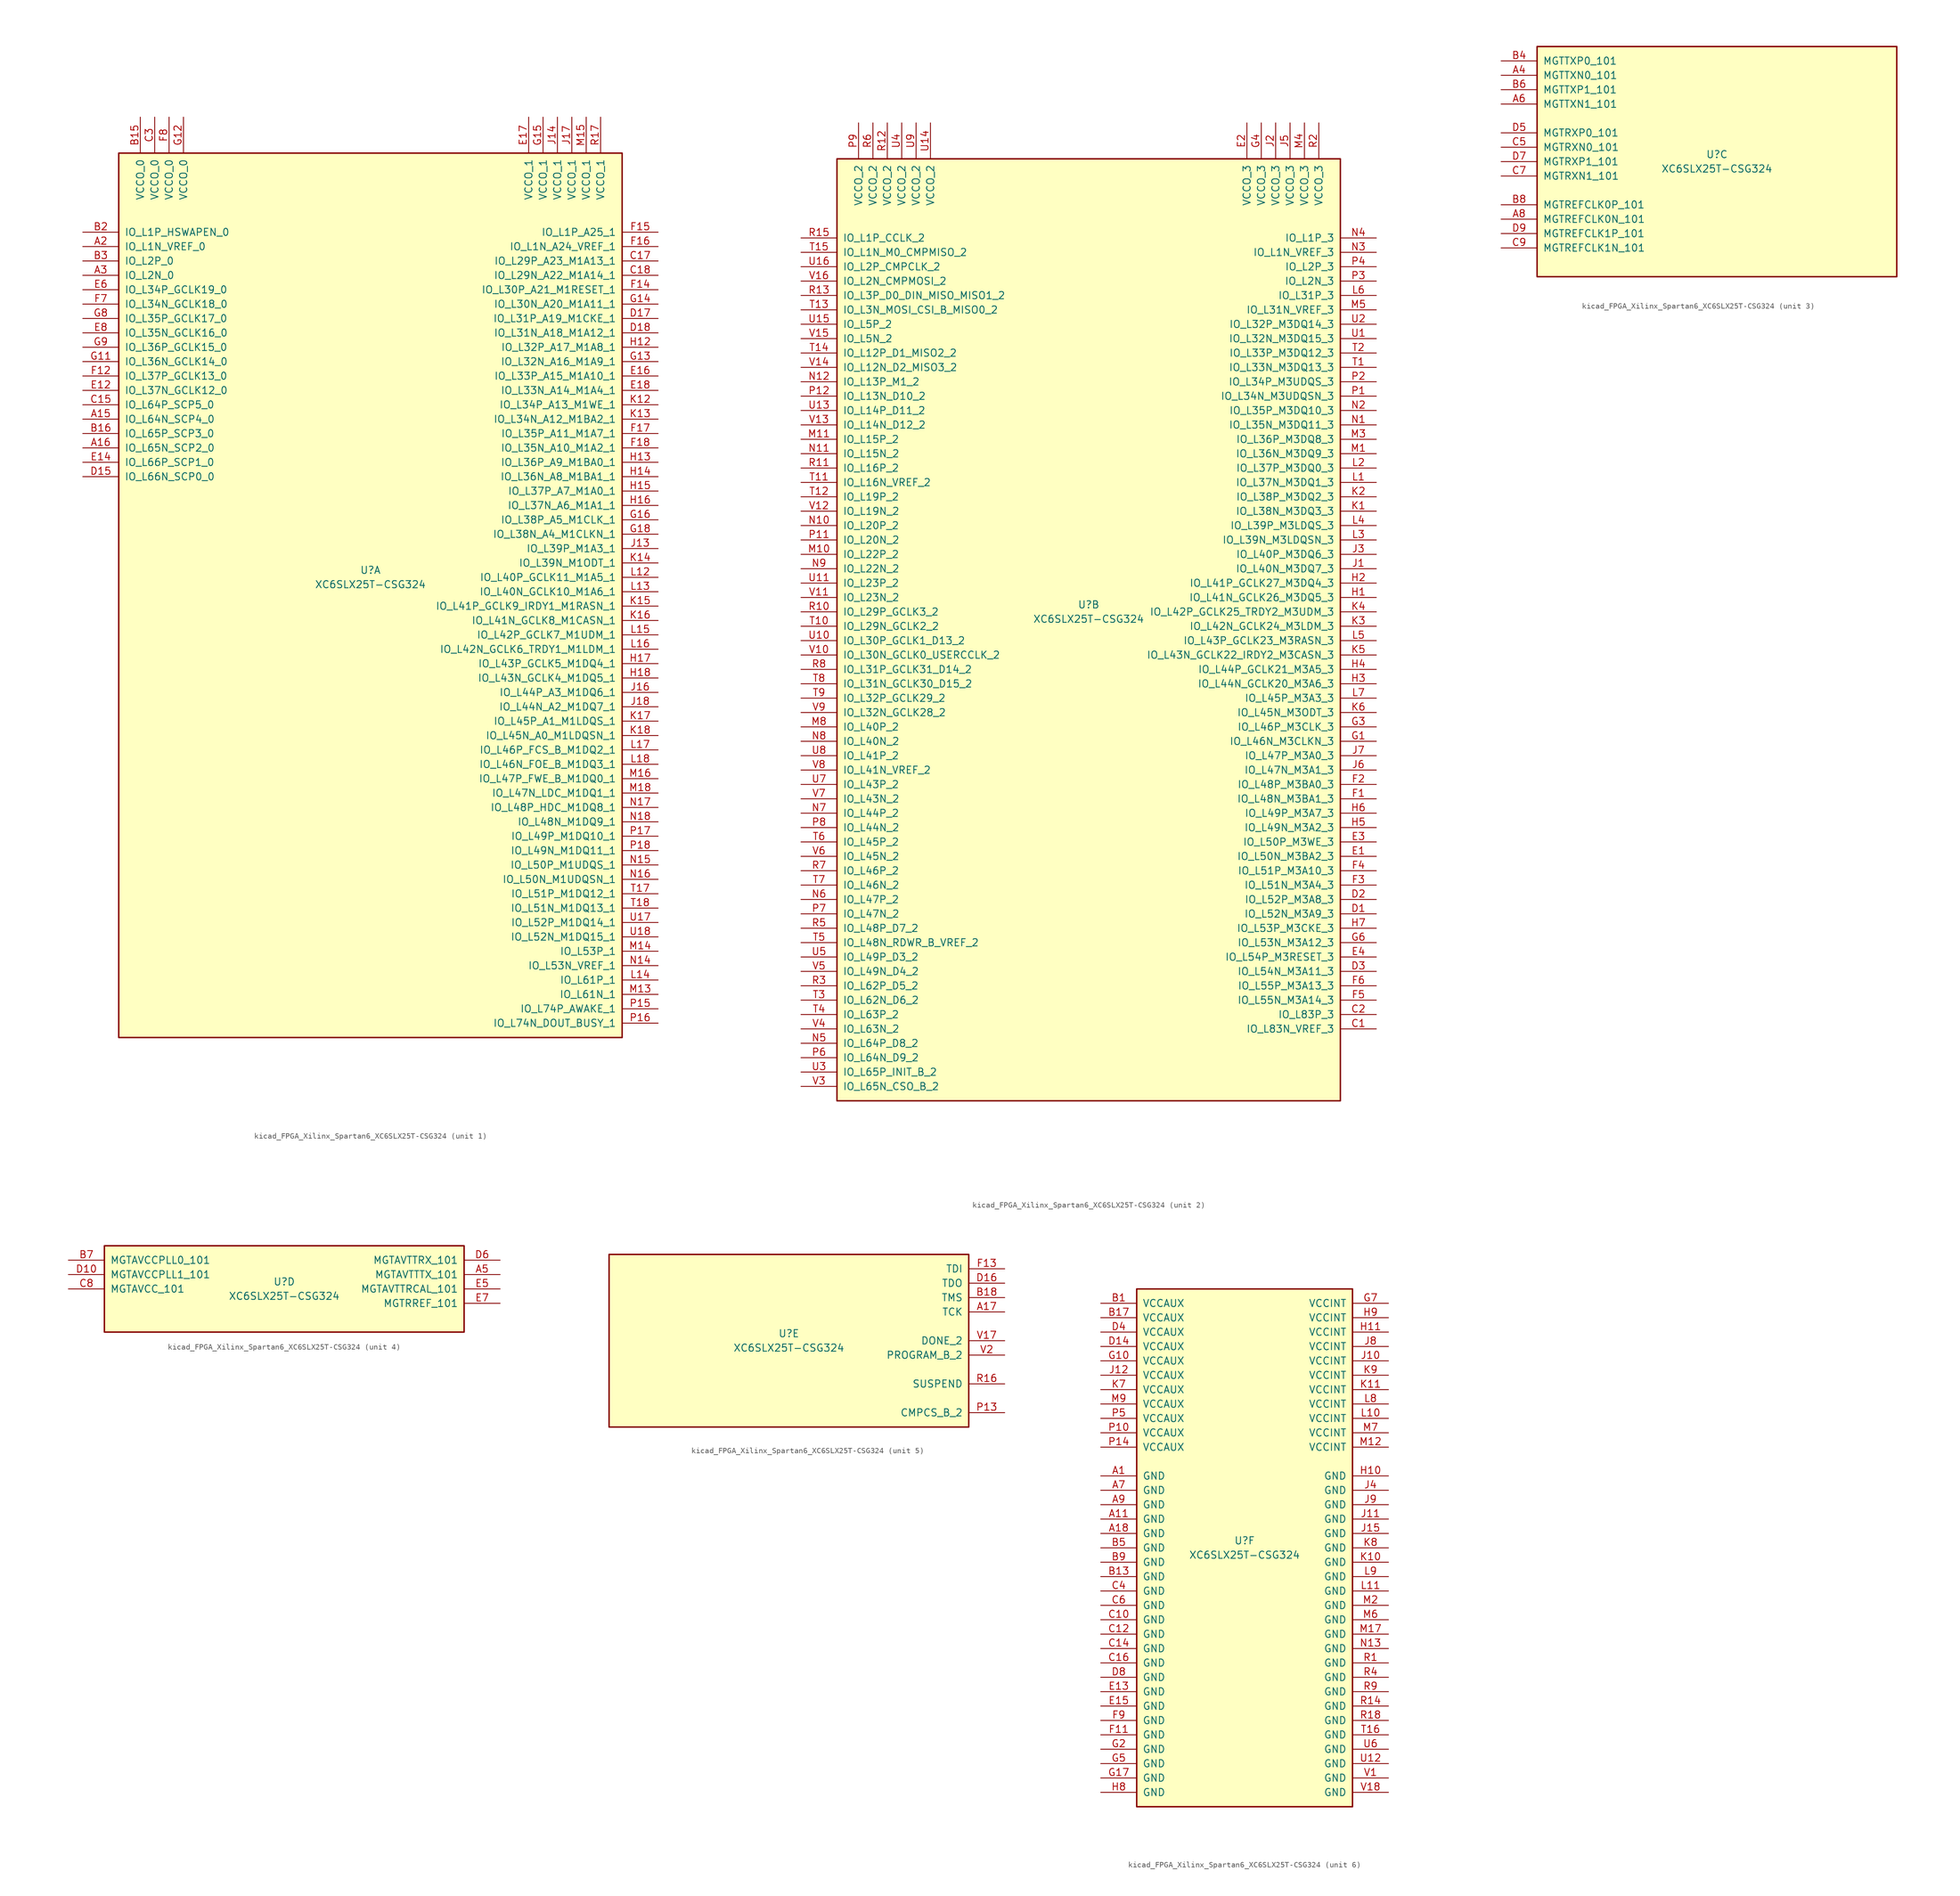
<source format=kicad_sym>
(kicad_symbol_lib
  (version 20220914)
  (generator kicad_symbol_editor)
  (symbol "kicad_FPGA_Xilinx_Spartan6_XC6SLX25T-CSG324"
    (pin_names
      (offset 1.016))
    (property "Reference" "U"
      (at 0 1.27 0)
      (effects (font (size 1.27 1.27))))
    (property "Value" "XC6SLX25T-CSG324"
      (at 0 -1.27 0)
      (effects (font (size 1.27 1.27))))
    (property "Datasheet" ""
      (at 0 0 0)
      (effects (font (size 1.27 1.27))))
    (property "ki_locked" ""
      (at 0 0 0)
      (effects (font (size 1.27 1.27))))
    (symbol "kicad_FPGA_Xilinx_Spartan6_XC6SLX25T-CSG324_1_1"
      (rectangle (start -44.45 74.93) (end 44.45 -81.28) (stroke (width 0.254) (type default)) (fill (type background)))
      (pin bidirectional line (at -50.8 27.94 0) (length 6.35) (name "IO_L64N_SCP4_0" (effects (font (size 1.27 1.27)))) (number "A15" (effects (font (size 1.27 1.27)))))
      (pin bidirectional line (at -50.8 22.86 0) (length 6.35) (name "IO_L65N_SCP2_0" (effects (font (size 1.27 1.27)))) (number "A16" (effects (font (size 1.27 1.27)))))
      (pin bidirectional line (at -50.8 58.42 0) (length 6.35) (name "IO_L1N_VREF_0" (effects (font (size 1.27 1.27)))) (number "A2" (effects (font (size 1.27 1.27)))))
      (pin bidirectional line (at -50.8 53.34 0) (length 6.35) (name "IO_L2N_0" (effects (font (size 1.27 1.27)))) (number "A3" (effects (font (size 1.27 1.27)))))
      (pin power_in line (at -40.64 81.28 270) (length 6.35) (name "VCCO_0" (effects (font (size 1.27 1.27)))) (number "B15" (effects (font (size 1.27 1.27)))))
      (pin bidirectional line (at -50.8 25.4 0) (length 6.35) (name "IO_L65P_SCP3_0" (effects (font (size 1.27 1.27)))) (number "B16" (effects (font (size 1.27 1.27)))))
      (pin bidirectional line (at -50.8 60.96 0) (length 6.35) (name "IO_L1P_HSWAPEN_0" (effects (font (size 1.27 1.27)))) (number "B2" (effects (font (size 1.27 1.27)))))
      (pin bidirectional line (at -50.8 55.88 0) (length 6.35) (name "IO_L2P_0" (effects (font (size 1.27 1.27)))) (number "B3" (effects (font (size 1.27 1.27)))))
      (pin bidirectional line (at -50.8 30.48 0) (length 6.35) (name "IO_L64P_SCP5_0" (effects (font (size 1.27 1.27)))) (number "C15" (effects (font (size 1.27 1.27)))))
      (pin bidirectional line (at 50.8 55.88 180) (length 6.35) (name "IO_L29P_A23_M1A13_1" (effects (font (size 1.27 1.27)))) (number "C17" (effects (font (size 1.27 1.27)))))
      (pin bidirectional line (at 50.8 53.34 180) (length 6.35) (name "IO_L29N_A22_M1A14_1" (effects (font (size 1.27 1.27)))) (number "C18" (effects (font (size 1.27 1.27)))))
      (pin power_in line (at -38.1 81.28 270) (length 6.35) (name "VCCO_0" (effects (font (size 1.27 1.27)))) (number "C3" (effects (font (size 1.27 1.27)))))
      (pin bidirectional line (at -50.8 17.78 0) (length 6.35) (name "IO_L66N_SCP0_0" (effects (font (size 1.27 1.27)))) (number "D15" (effects (font (size 1.27 1.27)))))
      (pin bidirectional line (at 50.8 45.72 180) (length 6.35) (name "IO_L31P_A19_M1CKE_1" (effects (font (size 1.27 1.27)))) (number "D17" (effects (font (size 1.27 1.27)))))
      (pin bidirectional line (at 50.8 43.18 180) (length 6.35) (name "IO_L31N_A18_M1A12_1" (effects (font (size 1.27 1.27)))) (number "D18" (effects (font (size 1.27 1.27)))))
      (pin bidirectional line (at -50.8 33.02 0) (length 6.35) (name "IO_L37N_GCLK12_0" (effects (font (size 1.27 1.27)))) (number "E12" (effects (font (size 1.27 1.27)))))
      (pin bidirectional line (at -50.8 20.32 0) (length 6.35) (name "IO_L66P_SCP1_0" (effects (font (size 1.27 1.27)))) (number "E14" (effects (font (size 1.27 1.27)))))
      (pin bidirectional line (at 50.8 35.56 180) (length 6.35) (name "IO_L33P_A15_M1A10_1" (effects (font (size 1.27 1.27)))) (number "E16" (effects (font (size 1.27 1.27)))))
      (pin power_in line (at 27.94 81.28 270) (length 6.35) (name "VCCO_1" (effects (font (size 1.27 1.27)))) (number "E17" (effects (font (size 1.27 1.27)))))
      (pin bidirectional line (at 50.8 33.02 180) (length 6.35) (name "IO_L33N_A14_M1A4_1" (effects (font (size 1.27 1.27)))) (number "E18" (effects (font (size 1.27 1.27)))))
      (pin bidirectional line (at -50.8 50.8 0) (length 6.35) (name "IO_L34P_GCLK19_0" (effects (font (size 1.27 1.27)))) (number "E6" (effects (font (size 1.27 1.27)))))
      (pin bidirectional line (at -50.8 43.18 0) (length 6.35) (name "IO_L35N_GCLK16_0" (effects (font (size 1.27 1.27)))) (number "E8" (effects (font (size 1.27 1.27)))))
      (pin bidirectional line (at -50.8 35.56 0) (length 6.35) (name "IO_L37P_GCLK13_0" (effects (font (size 1.27 1.27)))) (number "F12" (effects (font (size 1.27 1.27)))))
      (pin bidirectional line (at 50.8 50.8 180) (length 6.35) (name "IO_L30P_A21_M1RESET_1" (effects (font (size 1.27 1.27)))) (number "F14" (effects (font (size 1.27 1.27)))))
      (pin bidirectional line (at 50.8 60.96 180) (length 6.35) (name "IO_L1P_A25_1" (effects (font (size 1.27 1.27)))) (number "F15" (effects (font (size 1.27 1.27)))))
      (pin bidirectional line (at 50.8 58.42 180) (length 6.35) (name "IO_L1N_A24_VREF_1" (effects (font (size 1.27 1.27)))) (number "F16" (effects (font (size 1.27 1.27)))))
      (pin bidirectional line (at 50.8 25.4 180) (length 6.35) (name "IO_L35P_A11_M1A7_1" (effects (font (size 1.27 1.27)))) (number "F17" (effects (font (size 1.27 1.27)))))
      (pin bidirectional line (at 50.8 22.86 180) (length 6.35) (name "IO_L35N_A10_M1A2_1" (effects (font (size 1.27 1.27)))) (number "F18" (effects (font (size 1.27 1.27)))))
      (pin bidirectional line (at -50.8 48.26 0) (length 6.35) (name "IO_L34N_GCLK18_0" (effects (font (size 1.27 1.27)))) (number "F7" (effects (font (size 1.27 1.27)))))
      (pin power_in line (at -35.56 81.28 270) (length 6.35) (name "VCCO_0" (effects (font (size 1.27 1.27)))) (number "F8" (effects (font (size 1.27 1.27)))))
      (pin bidirectional line (at -50.8 38.1 0) (length 6.35) (name "IO_L36N_GCLK14_0" (effects (font (size 1.27 1.27)))) (number "G11" (effects (font (size 1.27 1.27)))))
      (pin power_in line (at -33.02 81.28 270) (length 6.35) (name "VCCO_0" (effects (font (size 1.27 1.27)))) (number "G12" (effects (font (size 1.27 1.27)))))
      (pin bidirectional line (at 50.8 38.1 180) (length 6.35) (name "IO_L32N_A16_M1A9_1" (effects (font (size 1.27 1.27)))) (number "G13" (effects (font (size 1.27 1.27)))))
      (pin bidirectional line (at 50.8 48.26 180) (length 6.35) (name "IO_L30N_A20_M1A11_1" (effects (font (size 1.27 1.27)))) (number "G14" (effects (font (size 1.27 1.27)))))
      (pin power_in line (at 30.48 81.28 270) (length 6.35) (name "VCCO_1" (effects (font (size 1.27 1.27)))) (number "G15" (effects (font (size 1.27 1.27)))))
      (pin bidirectional line (at 50.8 10.16 180) (length 6.35) (name "IO_L38P_A5_M1CLK_1" (effects (font (size 1.27 1.27)))) (number "G16" (effects (font (size 1.27 1.27)))))
      (pin bidirectional line (at 50.8 7.62 180) (length 6.35) (name "IO_L38N_A4_M1CLKN_1" (effects (font (size 1.27 1.27)))) (number "G18" (effects (font (size 1.27 1.27)))))
      (pin bidirectional line (at -50.8 45.72 0) (length 6.35) (name "IO_L35P_GCLK17_0" (effects (font (size 1.27 1.27)))) (number "G8" (effects (font (size 1.27 1.27)))))
      (pin bidirectional line (at -50.8 40.64 0) (length 6.35) (name "IO_L36P_GCLK15_0" (effects (font (size 1.27 1.27)))) (number "G9" (effects (font (size 1.27 1.27)))))
      (pin bidirectional line (at 50.8 40.64 180) (length 6.35) (name "IO_L32P_A17_M1A8_1" (effects (font (size 1.27 1.27)))) (number "H12" (effects (font (size 1.27 1.27)))))
      (pin bidirectional line (at 50.8 20.32 180) (length 6.35) (name "IO_L36P_A9_M1BA0_1" (effects (font (size 1.27 1.27)))) (number "H13" (effects (font (size 1.27 1.27)))))
      (pin bidirectional line (at 50.8 17.78 180) (length 6.35) (name "IO_L36N_A8_M1BA1_1" (effects (font (size 1.27 1.27)))) (number "H14" (effects (font (size 1.27 1.27)))))
      (pin bidirectional line (at 50.8 15.24 180) (length 6.35) (name "IO_L37P_A7_M1A0_1" (effects (font (size 1.27 1.27)))) (number "H15" (effects (font (size 1.27 1.27)))))
      (pin bidirectional line (at 50.8 12.7 180) (length 6.35) (name "IO_L37N_A6_M1A1_1" (effects (font (size 1.27 1.27)))) (number "H16" (effects (font (size 1.27 1.27)))))
      (pin bidirectional line (at 50.8 -15.24 180) (length 6.35) (name "IO_L43P_GCLK5_M1DQ4_1" (effects (font (size 1.27 1.27)))) (number "H17" (effects (font (size 1.27 1.27)))))
      (pin bidirectional line (at 50.8 -17.78 180) (length 6.35) (name "IO_L43N_GCLK4_M1DQ5_1" (effects (font (size 1.27 1.27)))) (number "H18" (effects (font (size 1.27 1.27)))))
      (pin bidirectional line (at 50.8 5.08 180) (length 6.35) (name "IO_L39P_M1A3_1" (effects (font (size 1.27 1.27)))) (number "J13" (effects (font (size 1.27 1.27)))))
      (pin power_in line (at 33.02 81.28 270) (length 6.35) (name "VCCO_1" (effects (font (size 1.27 1.27)))) (number "J14" (effects (font (size 1.27 1.27)))))
      (pin bidirectional line (at 50.8 -20.32 180) (length 6.35) (name "IO_L44P_A3_M1DQ6_1" (effects (font (size 1.27 1.27)))) (number "J16" (effects (font (size 1.27 1.27)))))
      (pin power_in line (at 35.56 81.28 270) (length 6.35) (name "VCCO_1" (effects (font (size 1.27 1.27)))) (number "J17" (effects (font (size 1.27 1.27)))))
      (pin bidirectional line (at 50.8 -22.86 180) (length 6.35) (name "IO_L44N_A2_M1DQ7_1" (effects (font (size 1.27 1.27)))) (number "J18" (effects (font (size 1.27 1.27)))))
      (pin bidirectional line (at 50.8 30.48 180) (length 6.35) (name "IO_L34P_A13_M1WE_1" (effects (font (size 1.27 1.27)))) (number "K12" (effects (font (size 1.27 1.27)))))
      (pin bidirectional line (at 50.8 27.94 180) (length 6.35) (name "IO_L34N_A12_M1BA2_1" (effects (font (size 1.27 1.27)))) (number "K13" (effects (font (size 1.27 1.27)))))
      (pin bidirectional line (at 50.8 2.54 180) (length 6.35) (name "IO_L39N_M1ODT_1" (effects (font (size 1.27 1.27)))) (number "K14" (effects (font (size 1.27 1.27)))))
      (pin bidirectional line (at 50.8 -5.08 180) (length 6.35) (name "IO_L41P_GCLK9_IRDY1_M1RASN_1" (effects (font (size 1.27 1.27)))) (number "K15" (effects (font (size 1.27 1.27)))))
      (pin bidirectional line (at 50.8 -7.62 180) (length 6.35) (name "IO_L41N_GCLK8_M1CASN_1" (effects (font (size 1.27 1.27)))) (number "K16" (effects (font (size 1.27 1.27)))))
      (pin bidirectional line (at 50.8 -25.4 180) (length 6.35) (name "IO_L45P_A1_M1LDQS_1" (effects (font (size 1.27 1.27)))) (number "K17" (effects (font (size 1.27 1.27)))))
      (pin bidirectional line (at 50.8 -27.94 180) (length 6.35) (name "IO_L45N_A0_M1LDQSN_1" (effects (font (size 1.27 1.27)))) (number "K18" (effects (font (size 1.27 1.27)))))
      (pin bidirectional line (at 50.8 0 180) (length 6.35) (name "IO_L40P_GCLK11_M1A5_1" (effects (font (size 1.27 1.27)))) (number "L12" (effects (font (size 1.27 1.27)))))
      (pin bidirectional line (at 50.8 -2.54 180) (length 6.35) (name "IO_L40N_GCLK10_M1A6_1" (effects (font (size 1.27 1.27)))) (number "L13" (effects (font (size 1.27 1.27)))))
      (pin bidirectional line (at 50.8 -71.12 180) (length 6.35) (name "IO_L61P_1" (effects (font (size 1.27 1.27)))) (number "L14" (effects (font (size 1.27 1.27)))))
      (pin bidirectional line (at 50.8 -10.16 180) (length 6.35) (name "IO_L42P_GCLK7_M1UDM_1" (effects (font (size 1.27 1.27)))) (number "L15" (effects (font (size 1.27 1.27)))))
      (pin bidirectional line (at 50.8 -12.7 180) (length 6.35) (name "IO_L42N_GCLK6_TRDY1_M1LDM_1" (effects (font (size 1.27 1.27)))) (number "L16" (effects (font (size 1.27 1.27)))))
      (pin bidirectional line (at 50.8 -30.48 180) (length 6.35) (name "IO_L46P_FCS_B_M1DQ2_1" (effects (font (size 1.27 1.27)))) (number "L17" (effects (font (size 1.27 1.27)))))
      (pin bidirectional line (at 50.8 -33.02 180) (length 6.35) (name "IO_L46N_FOE_B_M1DQ3_1" (effects (font (size 1.27 1.27)))) (number "L18" (effects (font (size 1.27 1.27)))))
      (pin bidirectional line (at 50.8 -73.66 180) (length 6.35) (name "IO_L61N_1" (effects (font (size 1.27 1.27)))) (number "M13" (effects (font (size 1.27 1.27)))))
      (pin bidirectional line (at 50.8 -66.04 180) (length 6.35) (name "IO_L53P_1" (effects (font (size 1.27 1.27)))) (number "M14" (effects (font (size 1.27 1.27)))))
      (pin power_in line (at 38.1 81.28 270) (length 6.35) (name "VCCO_1" (effects (font (size 1.27 1.27)))) (number "M15" (effects (font (size 1.27 1.27)))))
      (pin bidirectional line (at 50.8 -35.56 180) (length 6.35) (name "IO_L47P_FWE_B_M1DQ0_1" (effects (font (size 1.27 1.27)))) (number "M16" (effects (font (size 1.27 1.27)))))
      (pin bidirectional line (at 50.8 -38.1 180) (length 6.35) (name "IO_L47N_LDC_M1DQ1_1" (effects (font (size 1.27 1.27)))) (number "M18" (effects (font (size 1.27 1.27)))))
      (pin bidirectional line (at 50.8 -68.58 180) (length 6.35) (name "IO_L53N_VREF_1" (effects (font (size 1.27 1.27)))) (number "N14" (effects (font (size 1.27 1.27)))))
      (pin bidirectional line (at 50.8 -50.8 180) (length 6.35) (name "IO_L50P_M1UDQS_1" (effects (font (size 1.27 1.27)))) (number "N15" (effects (font (size 1.27 1.27)))))
      (pin bidirectional line (at 50.8 -53.34 180) (length 6.35) (name "IO_L50N_M1UDQSN_1" (effects (font (size 1.27 1.27)))) (number "N16" (effects (font (size 1.27 1.27)))))
      (pin bidirectional line (at 50.8 -40.64 180) (length 6.35) (name "IO_L48P_HDC_M1DQ8_1" (effects (font (size 1.27 1.27)))) (number "N17" (effects (font (size 1.27 1.27)))))
      (pin bidirectional line (at 50.8 -43.18 180) (length 6.35) (name "IO_L48N_M1DQ9_1" (effects (font (size 1.27 1.27)))) (number "N18" (effects (font (size 1.27 1.27)))))
      (pin bidirectional line (at 50.8 -76.2 180) (length 6.35) (name "IO_L74P_AWAKE_1" (effects (font (size 1.27 1.27)))) (number "P15" (effects (font (size 1.27 1.27)))))
      (pin bidirectional line (at 50.8 -78.74 180) (length 6.35) (name "IO_L74N_DOUT_BUSY_1" (effects (font (size 1.27 1.27)))) (number "P16" (effects (font (size 1.27 1.27)))))
      (pin bidirectional line (at 50.8 -45.72 180) (length 6.35) (name "IO_L49P_M1DQ10_1" (effects (font (size 1.27 1.27)))) (number "P17" (effects (font (size 1.27 1.27)))))
      (pin bidirectional line (at 50.8 -48.26 180) (length 6.35) (name "IO_L49N_M1DQ11_1" (effects (font (size 1.27 1.27)))) (number "P18" (effects (font (size 1.27 1.27)))))
      (pin power_in line (at 40.64 81.28 270) (length 6.35) (name "VCCO_1" (effects (font (size 1.27 1.27)))) (number "R17" (effects (font (size 1.27 1.27)))))
      (pin bidirectional line (at 50.8 -55.88 180) (length 6.35) (name "IO_L51P_M1DQ12_1" (effects (font (size 1.27 1.27)))) (number "T17" (effects (font (size 1.27 1.27)))))
      (pin bidirectional line (at 50.8 -58.42 180) (length 6.35) (name "IO_L51N_M1DQ13_1" (effects (font (size 1.27 1.27)))) (number "T18" (effects (font (size 1.27 1.27)))))
      (pin bidirectional line (at 50.8 -60.96 180) (length 6.35) (name "IO_L52P_M1DQ14_1" (effects (font (size 1.27 1.27)))) (number "U17" (effects (font (size 1.27 1.27)))))
      (pin bidirectional line (at 50.8 -63.5 180) (length 6.35) (name "IO_L52N_M1DQ15_1" (effects (font (size 1.27 1.27)))) (number "U18" (effects (font (size 1.27 1.27))))))
    (symbol "kicad_FPGA_Xilinx_Spartan6_XC6SLX25T-CSG324_2_1"
      (rectangle (start -44.45 80.01) (end 44.45 -86.36) (stroke (width 0.254) (type default)) (fill (type background)))
      (pin bidirectional line (at 50.8 -73.66 180) (length 6.35) (name "IO_L83N_VREF_3" (effects (font (size 1.27 1.27)))) (number "C1" (effects (font (size 1.27 1.27)))))
      (pin bidirectional line (at 50.8 -71.12 180) (length 6.35) (name "IO_L83P_3" (effects (font (size 1.27 1.27)))) (number "C2" (effects (font (size 1.27 1.27)))))
      (pin bidirectional line (at 50.8 -53.34 180) (length 6.35) (name "IO_L52N_M3A9_3" (effects (font (size 1.27 1.27)))) (number "D1" (effects (font (size 1.27 1.27)))))
      (pin bidirectional line (at 50.8 -50.8 180) (length 6.35) (name "IO_L52P_M3A8_3" (effects (font (size 1.27 1.27)))) (number "D2" (effects (font (size 1.27 1.27)))))
      (pin bidirectional line (at 50.8 -63.5 180) (length 6.35) (name "IO_L54N_M3A11_3" (effects (font (size 1.27 1.27)))) (number "D3" (effects (font (size 1.27 1.27)))))
      (pin bidirectional line (at 50.8 -43.18 180) (length 6.35) (name "IO_L50N_M3BA2_3" (effects (font (size 1.27 1.27)))) (number "E1" (effects (font (size 1.27 1.27)))))
      (pin power_in line (at 27.94 86.36 270) (length 6.35) (name "VCCO_3" (effects (font (size 1.27 1.27)))) (number "E2" (effects (font (size 1.27 1.27)))))
      (pin bidirectional line (at 50.8 -40.64 180) (length 6.35) (name "IO_L50P_M3WE_3" (effects (font (size 1.27 1.27)))) (number "E3" (effects (font (size 1.27 1.27)))))
      (pin bidirectional line (at 50.8 -60.96 180) (length 6.35) (name "IO_L54P_M3RESET_3" (effects (font (size 1.27 1.27)))) (number "E4" (effects (font (size 1.27 1.27)))))
      (pin bidirectional line (at 50.8 -33.02 180) (length 6.35) (name "IO_L48N_M3BA1_3" (effects (font (size 1.27 1.27)))) (number "F1" (effects (font (size 1.27 1.27)))))
      (pin bidirectional line (at 50.8 -30.48 180) (length 6.35) (name "IO_L48P_M3BA0_3" (effects (font (size 1.27 1.27)))) (number "F2" (effects (font (size 1.27 1.27)))))
      (pin bidirectional line (at 50.8 -48.26 180) (length 6.35) (name "IO_L51N_M3A4_3" (effects (font (size 1.27 1.27)))) (number "F3" (effects (font (size 1.27 1.27)))))
      (pin bidirectional line (at 50.8 -45.72 180) (length 6.35) (name "IO_L51P_M3A10_3" (effects (font (size 1.27 1.27)))) (number "F4" (effects (font (size 1.27 1.27)))))
      (pin bidirectional line (at 50.8 -68.58 180) (length 6.35) (name "IO_L55N_M3A14_3" (effects (font (size 1.27 1.27)))) (number "F5" (effects (font (size 1.27 1.27)))))
      (pin bidirectional line (at 50.8 -66.04 180) (length 6.35) (name "IO_L55P_M3A13_3" (effects (font (size 1.27 1.27)))) (number "F6" (effects (font (size 1.27 1.27)))))
      (pin bidirectional line (at 50.8 -22.86 180) (length 6.35) (name "IO_L46N_M3CLKN_3" (effects (font (size 1.27 1.27)))) (number "G1" (effects (font (size 1.27 1.27)))))
      (pin bidirectional line (at 50.8 -20.32 180) (length 6.35) (name "IO_L46P_M3CLK_3" (effects (font (size 1.27 1.27)))) (number "G3" (effects (font (size 1.27 1.27)))))
      (pin power_in line (at 30.48 86.36 270) (length 6.35) (name "VCCO_3" (effects (font (size 1.27 1.27)))) (number "G4" (effects (font (size 1.27 1.27)))))
      (pin bidirectional line (at 50.8 -58.42 180) (length 6.35) (name "IO_L53N_M3A12_3" (effects (font (size 1.27 1.27)))) (number "G6" (effects (font (size 1.27 1.27)))))
      (pin bidirectional line (at 50.8 2.54 180) (length 6.35) (name "IO_L41N_GCLK26_M3DQ5_3" (effects (font (size 1.27 1.27)))) (number "H1" (effects (font (size 1.27 1.27)))))
      (pin bidirectional line (at 50.8 5.08 180) (length 6.35) (name "IO_L41P_GCLK27_M3DQ4_3" (effects (font (size 1.27 1.27)))) (number "H2" (effects (font (size 1.27 1.27)))))
      (pin bidirectional line (at 50.8 -12.7 180) (length 6.35) (name "IO_L44N_GCLK20_M3A6_3" (effects (font (size 1.27 1.27)))) (number "H3" (effects (font (size 1.27 1.27)))))
      (pin bidirectional line (at 50.8 -10.16 180) (length 6.35) (name "IO_L44P_GCLK21_M3A5_3" (effects (font (size 1.27 1.27)))) (number "H4" (effects (font (size 1.27 1.27)))))
      (pin bidirectional line (at 50.8 -38.1 180) (length 6.35) (name "IO_L49N_M3A2_3" (effects (font (size 1.27 1.27)))) (number "H5" (effects (font (size 1.27 1.27)))))
      (pin bidirectional line (at 50.8 -35.56 180) (length 6.35) (name "IO_L49P_M3A7_3" (effects (font (size 1.27 1.27)))) (number "H6" (effects (font (size 1.27 1.27)))))
      (pin bidirectional line (at 50.8 -55.88 180) (length 6.35) (name "IO_L53P_M3CKE_3" (effects (font (size 1.27 1.27)))) (number "H7" (effects (font (size 1.27 1.27)))))
      (pin bidirectional line (at 50.8 7.62 180) (length 6.35) (name "IO_L40N_M3DQ7_3" (effects (font (size 1.27 1.27)))) (number "J1" (effects (font (size 1.27 1.27)))))
      (pin power_in line (at 33.02 86.36 270) (length 6.35) (name "VCCO_3" (effects (font (size 1.27 1.27)))) (number "J2" (effects (font (size 1.27 1.27)))))
      (pin bidirectional line (at 50.8 10.16 180) (length 6.35) (name "IO_L40P_M3DQ6_3" (effects (font (size 1.27 1.27)))) (number "J3" (effects (font (size 1.27 1.27)))))
      (pin power_in line (at 35.56 86.36 270) (length 6.35) (name "VCCO_3" (effects (font (size 1.27 1.27)))) (number "J5" (effects (font (size 1.27 1.27)))))
      (pin bidirectional line (at 50.8 -27.94 180) (length 6.35) (name "IO_L47N_M3A1_3" (effects (font (size 1.27 1.27)))) (number "J6" (effects (font (size 1.27 1.27)))))
      (pin bidirectional line (at 50.8 -25.4 180) (length 6.35) (name "IO_L47P_M3A0_3" (effects (font (size 1.27 1.27)))) (number "J7" (effects (font (size 1.27 1.27)))))
      (pin bidirectional line (at 50.8 17.78 180) (length 6.35) (name "IO_L38N_M3DQ3_3" (effects (font (size 1.27 1.27)))) (number "K1" (effects (font (size 1.27 1.27)))))
      (pin bidirectional line (at 50.8 20.32 180) (length 6.35) (name "IO_L38P_M3DQ2_3" (effects (font (size 1.27 1.27)))) (number "K2" (effects (font (size 1.27 1.27)))))
      (pin bidirectional line (at 50.8 -2.54 180) (length 6.35) (name "IO_L42N_GCLK24_M3LDM_3" (effects (font (size 1.27 1.27)))) (number "K3" (effects (font (size 1.27 1.27)))))
      (pin bidirectional line (at 50.8 0 180) (length 6.35) (name "IO_L42P_GCLK25_TRDY2_M3UDM_3" (effects (font (size 1.27 1.27)))) (number "K4" (effects (font (size 1.27 1.27)))))
      (pin bidirectional line (at 50.8 -7.62 180) (length 6.35) (name "IO_L43N_GCLK22_IRDY2_M3CASN_3" (effects (font (size 1.27 1.27)))) (number "K5" (effects (font (size 1.27 1.27)))))
      (pin bidirectional line (at 50.8 -17.78 180) (length 6.35) (name "IO_L45N_M3ODT_3" (effects (font (size 1.27 1.27)))) (number "K6" (effects (font (size 1.27 1.27)))))
      (pin bidirectional line (at 50.8 22.86 180) (length 6.35) (name "IO_L37N_M3DQ1_3" (effects (font (size 1.27 1.27)))) (number "L1" (effects (font (size 1.27 1.27)))))
      (pin bidirectional line (at 50.8 25.4 180) (length 6.35) (name "IO_L37P_M3DQ0_3" (effects (font (size 1.27 1.27)))) (number "L2" (effects (font (size 1.27 1.27)))))
      (pin bidirectional line (at 50.8 12.7 180) (length 6.35) (name "IO_L39N_M3LDQSN_3" (effects (font (size 1.27 1.27)))) (number "L3" (effects (font (size 1.27 1.27)))))
      (pin bidirectional line (at 50.8 15.24 180) (length 6.35) (name "IO_L39P_M3LDQS_3" (effects (font (size 1.27 1.27)))) (number "L4" (effects (font (size 1.27 1.27)))))
      (pin bidirectional line (at 50.8 -5.08 180) (length 6.35) (name "IO_L43P_GCLK23_M3RASN_3" (effects (font (size 1.27 1.27)))) (number "L5" (effects (font (size 1.27 1.27)))))
      (pin bidirectional line (at 50.8 55.88 180) (length 6.35) (name "IO_L31P_3" (effects (font (size 1.27 1.27)))) (number "L6" (effects (font (size 1.27 1.27)))))
      (pin bidirectional line (at 50.8 -15.24 180) (length 6.35) (name "IO_L45P_M3A3_3" (effects (font (size 1.27 1.27)))) (number "L7" (effects (font (size 1.27 1.27)))))
      (pin bidirectional line (at 50.8 27.94 180) (length 6.35) (name "IO_L36N_M3DQ9_3" (effects (font (size 1.27 1.27)))) (number "M1" (effects (font (size 1.27 1.27)))))
      (pin bidirectional line (at -50.8 10.16 0) (length 6.35) (name "IO_L22P_2" (effects (font (size 1.27 1.27)))) (number "M10" (effects (font (size 1.27 1.27)))))
      (pin bidirectional line (at -50.8 30.48 0) (length 6.35) (name "IO_L15P_2" (effects (font (size 1.27 1.27)))) (number "M11" (effects (font (size 1.27 1.27)))))
      (pin bidirectional line (at 50.8 30.48 180) (length 6.35) (name "IO_L36P_M3DQ8_3" (effects (font (size 1.27 1.27)))) (number "M3" (effects (font (size 1.27 1.27)))))
      (pin power_in line (at 38.1 86.36 270) (length 6.35) (name "VCCO_3" (effects (font (size 1.27 1.27)))) (number "M4" (effects (font (size 1.27 1.27)))))
      (pin bidirectional line (at 50.8 53.34 180) (length 6.35) (name "IO_L31N_VREF_3" (effects (font (size 1.27 1.27)))) (number "M5" (effects (font (size 1.27 1.27)))))
      (pin bidirectional line (at -50.8 -20.32 0) (length 6.35) (name "IO_L40P_2" (effects (font (size 1.27 1.27)))) (number "M8" (effects (font (size 1.27 1.27)))))
      (pin bidirectional line (at 50.8 33.02 180) (length 6.35) (name "IO_L35N_M3DQ11_3" (effects (font (size 1.27 1.27)))) (number "N1" (effects (font (size 1.27 1.27)))))
      (pin bidirectional line (at -50.8 15.24 0) (length 6.35) (name "IO_L20P_2" (effects (font (size 1.27 1.27)))) (number "N10" (effects (font (size 1.27 1.27)))))
      (pin bidirectional line (at -50.8 27.94 0) (length 6.35) (name "IO_L15N_2" (effects (font (size 1.27 1.27)))) (number "N11" (effects (font (size 1.27 1.27)))))
      (pin bidirectional line (at -50.8 40.64 0) (length 6.35) (name "IO_L13P_M1_2" (effects (font (size 1.27 1.27)))) (number "N12" (effects (font (size 1.27 1.27)))))
      (pin bidirectional line (at 50.8 35.56 180) (length 6.35) (name "IO_L35P_M3DQ10_3" (effects (font (size 1.27 1.27)))) (number "N2" (effects (font (size 1.27 1.27)))))
      (pin bidirectional line (at 50.8 63.5 180) (length 6.35) (name "IO_L1N_VREF_3" (effects (font (size 1.27 1.27)))) (number "N3" (effects (font (size 1.27 1.27)))))
      (pin bidirectional line (at 50.8 66.04 180) (length 6.35) (name "IO_L1P_3" (effects (font (size 1.27 1.27)))) (number "N4" (effects (font (size 1.27 1.27)))))
      (pin bidirectional line (at -50.8 -76.2 0) (length 6.35) (name "IO_L64P_D8_2" (effects (font (size 1.27 1.27)))) (number "N5" (effects (font (size 1.27 1.27)))))
      (pin bidirectional line (at -50.8 -50.8 0) (length 6.35) (name "IO_L47P_2" (effects (font (size 1.27 1.27)))) (number "N6" (effects (font (size 1.27 1.27)))))
      (pin bidirectional line (at -50.8 -35.56 0) (length 6.35) (name "IO_L44P_2" (effects (font (size 1.27 1.27)))) (number "N7" (effects (font (size 1.27 1.27)))))
      (pin bidirectional line (at -50.8 -22.86 0) (length 6.35) (name "IO_L40N_2" (effects (font (size 1.27 1.27)))) (number "N8" (effects (font (size 1.27 1.27)))))
      (pin bidirectional line (at -50.8 7.62 0) (length 6.35) (name "IO_L22N_2" (effects (font (size 1.27 1.27)))) (number "N9" (effects (font (size 1.27 1.27)))))
      (pin bidirectional line (at 50.8 38.1 180) (length 6.35) (name "IO_L34N_M3UDQSN_3" (effects (font (size 1.27 1.27)))) (number "P1" (effects (font (size 1.27 1.27)))))
      (pin bidirectional line (at -50.8 12.7 0) (length 6.35) (name "IO_L20N_2" (effects (font (size 1.27 1.27)))) (number "P11" (effects (font (size 1.27 1.27)))))
      (pin bidirectional line (at -50.8 38.1 0) (length 6.35) (name "IO_L13N_D10_2" (effects (font (size 1.27 1.27)))) (number "P12" (effects (font (size 1.27 1.27)))))
      (pin bidirectional line (at 50.8 40.64 180) (length 6.35) (name "IO_L34P_M3UDQS_3" (effects (font (size 1.27 1.27)))) (number "P2" (effects (font (size 1.27 1.27)))))
      (pin bidirectional line (at 50.8 58.42 180) (length 6.35) (name "IO_L2N_3" (effects (font (size 1.27 1.27)))) (number "P3" (effects (font (size 1.27 1.27)))))
      (pin bidirectional line (at 50.8 60.96 180) (length 6.35) (name "IO_L2P_3" (effects (font (size 1.27 1.27)))) (number "P4" (effects (font (size 1.27 1.27)))))
      (pin bidirectional line (at -50.8 -78.74 0) (length 6.35) (name "IO_L64N_D9_2" (effects (font (size 1.27 1.27)))) (number "P6" (effects (font (size 1.27 1.27)))))
      (pin bidirectional line (at -50.8 -53.34 0) (length 6.35) (name "IO_L47N_2" (effects (font (size 1.27 1.27)))) (number "P7" (effects (font (size 1.27 1.27)))))
      (pin bidirectional line (at -50.8 -38.1 0) (length 6.35) (name "IO_L44N_2" (effects (font (size 1.27 1.27)))) (number "P8" (effects (font (size 1.27 1.27)))))
      (pin power_in line (at -40.64 86.36 270) (length 6.35) (name "VCCO_2" (effects (font (size 1.27 1.27)))) (number "P9" (effects (font (size 1.27 1.27)))))
      (pin bidirectional line (at -50.8 0 0) (length 6.35) (name "IO_L29P_GCLK3_2" (effects (font (size 1.27 1.27)))) (number "R10" (effects (font (size 1.27 1.27)))))
      (pin bidirectional line (at -50.8 25.4 0) (length 6.35) (name "IO_L16P_2" (effects (font (size 1.27 1.27)))) (number "R11" (effects (font (size 1.27 1.27)))))
      (pin power_in line (at -35.56 86.36 270) (length 6.35) (name "VCCO_2" (effects (font (size 1.27 1.27)))) (number "R12" (effects (font (size 1.27 1.27)))))
      (pin bidirectional line (at -50.8 55.88 0) (length 6.35) (name "IO_L3P_D0_DIN_MISO_MISO1_2" (effects (font (size 1.27 1.27)))) (number "R13" (effects (font (size 1.27 1.27)))))
      (pin bidirectional line (at -50.8 66.04 0) (length 6.35) (name "IO_L1P_CCLK_2" (effects (font (size 1.27 1.27)))) (number "R15" (effects (font (size 1.27 1.27)))))
      (pin power_in line (at 40.64 86.36 270) (length 6.35) (name "VCCO_3" (effects (font (size 1.27 1.27)))) (number "R2" (effects (font (size 1.27 1.27)))))
      (pin bidirectional line (at -50.8 -66.04 0) (length 6.35) (name "IO_L62P_D5_2" (effects (font (size 1.27 1.27)))) (number "R3" (effects (font (size 1.27 1.27)))))
      (pin bidirectional line (at -50.8 -55.88 0) (length 6.35) (name "IO_L48P_D7_2" (effects (font (size 1.27 1.27)))) (number "R5" (effects (font (size 1.27 1.27)))))
      (pin power_in line (at -38.1 86.36 270) (length 6.35) (name "VCCO_2" (effects (font (size 1.27 1.27)))) (number "R6" (effects (font (size 1.27 1.27)))))
      (pin bidirectional line (at -50.8 -45.72 0) (length 6.35) (name "IO_L46P_2" (effects (font (size 1.27 1.27)))) (number "R7" (effects (font (size 1.27 1.27)))))
      (pin bidirectional line (at -50.8 -10.16 0) (length 6.35) (name "IO_L31P_GCLK31_D14_2" (effects (font (size 1.27 1.27)))) (number "R8" (effects (font (size 1.27 1.27)))))
      (pin bidirectional line (at 50.8 43.18 180) (length 6.35) (name "IO_L33N_M3DQ13_3" (effects (font (size 1.27 1.27)))) (number "T1" (effects (font (size 1.27 1.27)))))
      (pin bidirectional line (at -50.8 -2.54 0) (length 6.35) (name "IO_L29N_GCLK2_2" (effects (font (size 1.27 1.27)))) (number "T10" (effects (font (size 1.27 1.27)))))
      (pin bidirectional line (at -50.8 22.86 0) (length 6.35) (name "IO_L16N_VREF_2" (effects (font (size 1.27 1.27)))) (number "T11" (effects (font (size 1.27 1.27)))))
      (pin bidirectional line (at -50.8 20.32 0) (length 6.35) (name "IO_L19P_2" (effects (font (size 1.27 1.27)))) (number "T12" (effects (font (size 1.27 1.27)))))
      (pin bidirectional line (at -50.8 53.34 0) (length 6.35) (name "IO_L3N_MOSI_CSI_B_MISO0_2" (effects (font (size 1.27 1.27)))) (number "T13" (effects (font (size 1.27 1.27)))))
      (pin bidirectional line (at -50.8 45.72 0) (length 6.35) (name "IO_L12P_D1_MISO2_2" (effects (font (size 1.27 1.27)))) (number "T14" (effects (font (size 1.27 1.27)))))
      (pin bidirectional line (at -50.8 63.5 0) (length 6.35) (name "IO_L1N_M0_CMPMISO_2" (effects (font (size 1.27 1.27)))) (number "T15" (effects (font (size 1.27 1.27)))))
      (pin bidirectional line (at 50.8 45.72 180) (length 6.35) (name "IO_L33P_M3DQ12_3" (effects (font (size 1.27 1.27)))) (number "T2" (effects (font (size 1.27 1.27)))))
      (pin bidirectional line (at -50.8 -68.58 0) (length 6.35) (name "IO_L62N_D6_2" (effects (font (size 1.27 1.27)))) (number "T3" (effects (font (size 1.27 1.27)))))
      (pin bidirectional line (at -50.8 -71.12 0) (length 6.35) (name "IO_L63P_2" (effects (font (size 1.27 1.27)))) (number "T4" (effects (font (size 1.27 1.27)))))
      (pin bidirectional line (at -50.8 -58.42 0) (length 6.35) (name "IO_L48N_RDWR_B_VREF_2" (effects (font (size 1.27 1.27)))) (number "T5" (effects (font (size 1.27 1.27)))))
      (pin bidirectional line (at -50.8 -40.64 0) (length 6.35) (name "IO_L45P_2" (effects (font (size 1.27 1.27)))) (number "T6" (effects (font (size 1.27 1.27)))))
      (pin bidirectional line (at -50.8 -48.26 0) (length 6.35) (name "IO_L46N_2" (effects (font (size 1.27 1.27)))) (number "T7" (effects (font (size 1.27 1.27)))))
      (pin bidirectional line (at -50.8 -12.7 0) (length 6.35) (name "IO_L31N_GCLK30_D15_2" (effects (font (size 1.27 1.27)))) (number "T8" (effects (font (size 1.27 1.27)))))
      (pin bidirectional line (at -50.8 -15.24 0) (length 6.35) (name "IO_L32P_GCLK29_2" (effects (font (size 1.27 1.27)))) (number "T9" (effects (font (size 1.27 1.27)))))
      (pin bidirectional line (at 50.8 48.26 180) (length 6.35) (name "IO_L32N_M3DQ15_3" (effects (font (size 1.27 1.27)))) (number "U1" (effects (font (size 1.27 1.27)))))
      (pin bidirectional line (at -50.8 -5.08 0) (length 6.35) (name "IO_L30P_GCLK1_D13_2" (effects (font (size 1.27 1.27)))) (number "U10" (effects (font (size 1.27 1.27)))))
      (pin bidirectional line (at -50.8 5.08 0) (length 6.35) (name "IO_L23P_2" (effects (font (size 1.27 1.27)))) (number "U11" (effects (font (size 1.27 1.27)))))
      (pin bidirectional line (at -50.8 35.56 0) (length 6.35) (name "IO_L14P_D11_2" (effects (font (size 1.27 1.27)))) (number "U13" (effects (font (size 1.27 1.27)))))
      (pin power_in line (at -27.94 86.36 270) (length 6.35) (name "VCCO_2" (effects (font (size 1.27 1.27)))) (number "U14" (effects (font (size 1.27 1.27)))))
      (pin bidirectional line (at -50.8 50.8 0) (length 6.35) (name "IO_L5P_2" (effects (font (size 1.27 1.27)))) (number "U15" (effects (font (size 1.27 1.27)))))
      (pin bidirectional line (at -50.8 60.96 0) (length 6.35) (name "IO_L2P_CMPCLK_2" (effects (font (size 1.27 1.27)))) (number "U16" (effects (font (size 1.27 1.27)))))
      (pin bidirectional line (at 50.8 50.8 180) (length 6.35) (name "IO_L32P_M3DQ14_3" (effects (font (size 1.27 1.27)))) (number "U2" (effects (font (size 1.27 1.27)))))
      (pin bidirectional line (at -50.8 -81.28 0) (length 6.35) (name "IO_L65P_INIT_B_2" (effects (font (size 1.27 1.27)))) (number "U3" (effects (font (size 1.27 1.27)))))
      (pin power_in line (at -33.02 86.36 270) (length 6.35) (name "VCCO_2" (effects (font (size 1.27 1.27)))) (number "U4" (effects (font (size 1.27 1.27)))))
      (pin bidirectional line (at -50.8 -60.96 0) (length 6.35) (name "IO_L49P_D3_2" (effects (font (size 1.27 1.27)))) (number "U5" (effects (font (size 1.27 1.27)))))
      (pin bidirectional line (at -50.8 -30.48 0) (length 6.35) (name "IO_L43P_2" (effects (font (size 1.27 1.27)))) (number "U7" (effects (font (size 1.27 1.27)))))
      (pin bidirectional line (at -50.8 -25.4 0) (length 6.35) (name "IO_L41P_2" (effects (font (size 1.27 1.27)))) (number "U8" (effects (font (size 1.27 1.27)))))
      (pin power_in line (at -30.48 86.36 270) (length 6.35) (name "VCCO_2" (effects (font (size 1.27 1.27)))) (number "U9" (effects (font (size 1.27 1.27)))))
      (pin bidirectional line (at -50.8 -7.62 0) (length 6.35) (name "IO_L30N_GCLK0_USERCCLK_2" (effects (font (size 1.27 1.27)))) (number "V10" (effects (font (size 1.27 1.27)))))
      (pin bidirectional line (at -50.8 2.54 0) (length 6.35) (name "IO_L23N_2" (effects (font (size 1.27 1.27)))) (number "V11" (effects (font (size 1.27 1.27)))))
      (pin bidirectional line (at -50.8 17.78 0) (length 6.35) (name "IO_L19N_2" (effects (font (size 1.27 1.27)))) (number "V12" (effects (font (size 1.27 1.27)))))
      (pin bidirectional line (at -50.8 33.02 0) (length 6.35) (name "IO_L14N_D12_2" (effects (font (size 1.27 1.27)))) (number "V13" (effects (font (size 1.27 1.27)))))
      (pin bidirectional line (at -50.8 43.18 0) (length 6.35) (name "IO_L12N_D2_MISO3_2" (effects (font (size 1.27 1.27)))) (number "V14" (effects (font (size 1.27 1.27)))))
      (pin bidirectional line (at -50.8 48.26 0) (length 6.35) (name "IO_L5N_2" (effects (font (size 1.27 1.27)))) (number "V15" (effects (font (size 1.27 1.27)))))
      (pin bidirectional line (at -50.8 58.42 0) (length 6.35) (name "IO_L2N_CMPMOSI_2" (effects (font (size 1.27 1.27)))) (number "V16" (effects (font (size 1.27 1.27)))))
      (pin bidirectional line (at -50.8 -83.82 0) (length 6.35) (name "IO_L65N_CSO_B_2" (effects (font (size 1.27 1.27)))) (number "V3" (effects (font (size 1.27 1.27)))))
      (pin bidirectional line (at -50.8 -73.66 0) (length 6.35) (name "IO_L63N_2" (effects (font (size 1.27 1.27)))) (number "V4" (effects (font (size 1.27 1.27)))))
      (pin bidirectional line (at -50.8 -63.5 0) (length 6.35) (name "IO_L49N_D4_2" (effects (font (size 1.27 1.27)))) (number "V5" (effects (font (size 1.27 1.27)))))
      (pin bidirectional line (at -50.8 -43.18 0) (length 6.35) (name "IO_L45N_2" (effects (font (size 1.27 1.27)))) (number "V6" (effects (font (size 1.27 1.27)))))
      (pin bidirectional line (at -50.8 -33.02 0) (length 6.35) (name "IO_L43N_2" (effects (font (size 1.27 1.27)))) (number "V7" (effects (font (size 1.27 1.27)))))
      (pin bidirectional line (at -50.8 -27.94 0) (length 6.35) (name "IO_L41N_VREF_2" (effects (font (size 1.27 1.27)))) (number "V8" (effects (font (size 1.27 1.27)))))
      (pin bidirectional line (at -50.8 -17.78 0) (length 6.35) (name "IO_L32N_GCLK28_2" (effects (font (size 1.27 1.27)))) (number "V9" (effects (font (size 1.27 1.27))))))
    (symbol "kicad_FPGA_Xilinx_Spartan6_XC6SLX25T-CSG324_3_1"
      (rectangle (start -31.75 20.32) (end 31.75 -20.32) (stroke (width 0.254) (type default)) (fill (type background)))
      (pin bidirectional line (at -38.1 15.24 0) (length 6.35) (name "MGTTXN0_101" (effects (font (size 1.27 1.27)))) (number "A4" (effects (font (size 1.27 1.27)))))
      (pin bidirectional line (at -38.1 10.16 0) (length 6.35) (name "MGTTXN1_101" (effects (font (size 1.27 1.27)))) (number "A6" (effects (font (size 1.27 1.27)))))
      (pin bidirectional line (at -38.1 -10.16 0) (length 6.35) (name "MGTREFCLK0N_101" (effects (font (size 1.27 1.27)))) (number "A8" (effects (font (size 1.27 1.27)))))
      (pin bidirectional line (at -38.1 17.78 0) (length 6.35) (name "MGTTXP0_101" (effects (font (size 1.27 1.27)))) (number "B4" (effects (font (size 1.27 1.27)))))
      (pin bidirectional line (at -38.1 12.7 0) (length 6.35) (name "MGTTXP1_101" (effects (font (size 1.27 1.27)))) (number "B6" (effects (font (size 1.27 1.27)))))
      (pin bidirectional line (at -38.1 -7.62 0) (length 6.35) (name "MGTREFCLK0P_101" (effects (font (size 1.27 1.27)))) (number "B8" (effects (font (size 1.27 1.27)))))
      (pin bidirectional line (at -38.1 2.54 0) (length 6.35) (name "MGTRXN0_101" (effects (font (size 1.27 1.27)))) (number "C5" (effects (font (size 1.27 1.27)))))
      (pin bidirectional line (at -38.1 -2.54 0) (length 6.35) (name "MGTRXN1_101" (effects (font (size 1.27 1.27)))) (number "C7" (effects (font (size 1.27 1.27)))))
      (pin bidirectional line (at -38.1 -15.24 0) (length 6.35) (name "MGTREFCLK1N_101" (effects (font (size 1.27 1.27)))) (number "C9" (effects (font (size 1.27 1.27)))))
      (pin bidirectional line (at -38.1 5.08 0) (length 6.35) (name "MGTRXP0_101" (effects (font (size 1.27 1.27)))) (number "D5" (effects (font (size 1.27 1.27)))))
      (pin bidirectional line (at -38.1 0 0) (length 6.35) (name "MGTRXP1_101" (effects (font (size 1.27 1.27)))) (number "D7" (effects (font (size 1.27 1.27)))))
      (pin bidirectional line (at -38.1 -12.7 0) (length 6.35) (name "MGTREFCLK1P_101" (effects (font (size 1.27 1.27)))) (number "D9" (effects (font (size 1.27 1.27))))))
    (symbol "kicad_FPGA_Xilinx_Spartan6_XC6SLX25T-CSG324_4_1"
      (rectangle (start -31.75 7.62) (end 31.75 -7.62) (stroke (width 0.254) (type default)) (fill (type background)))
      (pin power_in line (at 38.1 2.54 180) (length 6.35) (name "MGTAVTTTX_101" (effects (font (size 1.27 1.27)))) (number "A5" (effects (font (size 1.27 1.27)))))
      (pin power_in line (at -38.1 5.08 0) (length 6.35) (name "MGTAVCCPLL0_101" (effects (font (size 1.27 1.27)))) (number "B7" (effects (font (size 1.27 1.27)))))
      (pin power_in line (at -38.1 0 0) (length 6.35) (name "MGTAVCC_101" (effects (font (size 1.27 1.27)))) (number "C8" (effects (font (size 1.27 1.27)))))
      (pin power_in line (at -38.1 2.54 0) (length 6.35) (name "MGTAVCCPLL1_101" (effects (font (size 1.27 1.27)))) (number "D10" (effects (font (size 1.27 1.27)))))
      (pin power_in line (at 38.1 5.08 180) (length 6.35) (name "MGTAVTTRX_101" (effects (font (size 1.27 1.27)))) (number "D6" (effects (font (size 1.27 1.27)))))
      (pin power_in line (at 38.1 0 180) (length 6.35) (name "MGTAVTTRCAL_101" (effects (font (size 1.27 1.27)))) (number "E5" (effects (font (size 1.27 1.27)))))
      (pin power_in line (at 38.1 -2.54 180) (length 6.35) (name "MGTRREF_101" (effects (font (size 1.27 1.27)))) (number "E7" (effects (font (size 1.27 1.27))))))
    (symbol "kicad_FPGA_Xilinx_Spartan6_XC6SLX25T-CSG324_5_1"
      (rectangle (start -31.75 15.24) (end 31.75 -15.24) (stroke (width 0.254) (type default)) (fill (type background)))
      (pin bidirectional line (at 38.1 5.08 180) (length 6.35) (name "TCK" (effects (font (size 1.27 1.27)))) (number "A17" (effects (font (size 1.27 1.27)))))
      (pin bidirectional line (at 38.1 7.62 180) (length 6.35) (name "TMS" (effects (font (size 1.27 1.27)))) (number "B18" (effects (font (size 1.27 1.27)))))
      (pin bidirectional line (at 38.1 10.16 180) (length 6.35) (name "TDO" (effects (font (size 1.27 1.27)))) (number "D16" (effects (font (size 1.27 1.27)))))
      (pin bidirectional line (at 38.1 12.7 180) (length 6.35) (name "TDI" (effects (font (size 1.27 1.27)))) (number "F13" (effects (font (size 1.27 1.27)))))
      (pin bidirectional line (at 38.1 -12.7 180) (length 6.35) (name "CMPCS_B_2" (effects (font (size 1.27 1.27)))) (number "P13" (effects (font (size 1.27 1.27)))))
      (pin bidirectional line (at 38.1 -7.62 180) (length 6.35) (name "SUSPEND" (effects (font (size 1.27 1.27)))) (number "R16" (effects (font (size 1.27 1.27)))))
      (pin bidirectional line (at 38.1 0 180) (length 6.35) (name "DONE_2" (effects (font (size 1.27 1.27)))) (number "V17" (effects (font (size 1.27 1.27)))))
      (pin bidirectional line (at 38.1 -2.54 180) (length 6.35) (name "PROGRAM_B_2" (effects (font (size 1.27 1.27)))) (number "V2" (effects (font (size 1.27 1.27))))))
    (symbol "kicad_FPGA_Xilinx_Spartan6_XC6SLX25T-CSG324_6_1"
      (rectangle (start -19.05 45.72) (end 19.05 -45.72) (stroke (width 0.254) (type default)) (fill (type background)))
      (pin power_in line (at -25.4 12.7 0) (length 6.35) (name "GND" (effects (font (size 1.27 1.27)))) (number "A1" (effects (font (size 1.27 1.27)))))
      (pin power_in line (at -25.4 5.08 0) (length 6.35) (name "GND" (effects (font (size 1.27 1.27)))) (number "A11" (effects (font (size 1.27 1.27)))))
      (pin power_in line (at -25.4 2.54 0) (length 6.35) (name "GND" (effects (font (size 1.27 1.27)))) (number "A18" (effects (font (size 1.27 1.27)))))
      (pin power_in line (at -25.4 10.16 0) (length 6.35) (name "GND" (effects (font (size 1.27 1.27)))) (number "A7" (effects (font (size 1.27 1.27)))))
      (pin power_in line (at -25.4 7.62 0) (length 6.35) (name "GND" (effects (font (size 1.27 1.27)))) (number "A9" (effects (font (size 1.27 1.27)))))
      (pin power_in line (at -25.4 43.18 0) (length 6.35) (name "VCCAUX" (effects (font (size 1.27 1.27)))) (number "B1" (effects (font (size 1.27 1.27)))))
      (pin power_in line (at -25.4 -5.08 0) (length 6.35) (name "GND" (effects (font (size 1.27 1.27)))) (number "B13" (effects (font (size 1.27 1.27)))))
      (pin power_in line (at -25.4 40.64 0) (length 6.35) (name "VCCAUX" (effects (font (size 1.27 1.27)))) (number "B17" (effects (font (size 1.27 1.27)))))
      (pin power_in line (at -25.4 0 0) (length 6.35) (name "GND" (effects (font (size 1.27 1.27)))) (number "B5" (effects (font (size 1.27 1.27)))))
      (pin power_in line (at -25.4 -2.54 0) (length 6.35) (name "GND" (effects (font (size 1.27 1.27)))) (number "B9" (effects (font (size 1.27 1.27)))))
      (pin power_in line (at -25.4 -12.7 0) (length 6.35) (name "GND" (effects (font (size 1.27 1.27)))) (number "C10" (effects (font (size 1.27 1.27)))))
      (pin power_in line (at -25.4 -15.24 0) (length 6.35) (name "GND" (effects (font (size 1.27 1.27)))) (number "C12" (effects (font (size 1.27 1.27)))))
      (pin power_in line (at -25.4 -17.78 0) (length 6.35) (name "GND" (effects (font (size 1.27 1.27)))) (number "C14" (effects (font (size 1.27 1.27)))))
      (pin power_in line (at -25.4 -20.32 0) (length 6.35) (name "GND" (effects (font (size 1.27 1.27)))) (number "C16" (effects (font (size 1.27 1.27)))))
      (pin power_in line (at -25.4 -7.62 0) (length 6.35) (name "GND" (effects (font (size 1.27 1.27)))) (number "C4" (effects (font (size 1.27 1.27)))))
      (pin power_in line (at -25.4 -10.16 0) (length 6.35) (name "GND" (effects (font (size 1.27 1.27)))) (number "C6" (effects (font (size 1.27 1.27)))))
      (pin power_in line (at -25.4 35.56 0) (length 6.35) (name "VCCAUX" (effects (font (size 1.27 1.27)))) (number "D14" (effects (font (size 1.27 1.27)))))
      (pin power_in line (at -25.4 38.1 0) (length 6.35) (name "VCCAUX" (effects (font (size 1.27 1.27)))) (number "D4" (effects (font (size 1.27 1.27)))))
      (pin power_in line (at -25.4 -22.86 0) (length 6.35) (name "GND" (effects (font (size 1.27 1.27)))) (number "D8" (effects (font (size 1.27 1.27)))))
      (pin power_in line (at -25.4 -25.4 0) (length 6.35) (name "GND" (effects (font (size 1.27 1.27)))) (number "E13" (effects (font (size 1.27 1.27)))))
      (pin power_in line (at -25.4 -27.94 0) (length 6.35) (name "GND" (effects (font (size 1.27 1.27)))) (number "E15" (effects (font (size 1.27 1.27)))))
      (pin power_in line (at -25.4 -33.02 0) (length 6.35) (name "GND" (effects (font (size 1.27 1.27)))) (number "F11" (effects (font (size 1.27 1.27)))))
      (pin power_in line (at -25.4 -30.48 0) (length 6.35) (name "GND" (effects (font (size 1.27 1.27)))) (number "F9" (effects (font (size 1.27 1.27)))))
      (pin power_in line (at -25.4 33.02 0) (length 6.35) (name "VCCAUX" (effects (font (size 1.27 1.27)))) (number "G10" (effects (font (size 1.27 1.27)))))
      (pin power_in line (at -25.4 -40.64 0) (length 6.35) (name "GND" (effects (font (size 1.27 1.27)))) (number "G17" (effects (font (size 1.27 1.27)))))
      (pin power_in line (at -25.4 -35.56 0) (length 6.35) (name "GND" (effects (font (size 1.27 1.27)))) (number "G2" (effects (font (size 1.27 1.27)))))
      (pin power_in line (at -25.4 -38.1 0) (length 6.35) (name "GND" (effects (font (size 1.27 1.27)))) (number "G5" (effects (font (size 1.27 1.27)))))
      (pin power_in line (at 25.4 43.18 180) (length 6.35) (name "VCCINT" (effects (font (size 1.27 1.27)))) (number "G7" (effects (font (size 1.27 1.27)))))
      (pin power_in line (at 25.4 12.7 180) (length 6.35) (name "GND" (effects (font (size 1.27 1.27)))) (number "H10" (effects (font (size 1.27 1.27)))))
      (pin power_in line (at 25.4 38.1 180) (length 6.35) (name "VCCINT" (effects (font (size 1.27 1.27)))) (number "H11" (effects (font (size 1.27 1.27)))))
      (pin power_in line (at -25.4 -43.18 0) (length 6.35) (name "GND" (effects (font (size 1.27 1.27)))) (number "H8" (effects (font (size 1.27 1.27)))))
      (pin power_in line (at 25.4 40.64 180) (length 6.35) (name "VCCINT" (effects (font (size 1.27 1.27)))) (number "H9" (effects (font (size 1.27 1.27)))))
      (pin power_in line (at 25.4 33.02 180) (length 6.35) (name "VCCINT" (effects (font (size 1.27 1.27)))) (number "J10" (effects (font (size 1.27 1.27)))))
      (pin power_in line (at 25.4 5.08 180) (length 6.35) (name "GND" (effects (font (size 1.27 1.27)))) (number "J11" (effects (font (size 1.27 1.27)))))
      (pin power_in line (at -25.4 30.48 0) (length 6.35) (name "VCCAUX" (effects (font (size 1.27 1.27)))) (number "J12" (effects (font (size 1.27 1.27)))))
      (pin power_in line (at 25.4 2.54 180) (length 6.35) (name "GND" (effects (font (size 1.27 1.27)))) (number "J15" (effects (font (size 1.27 1.27)))))
      (pin power_in line (at 25.4 10.16 180) (length 6.35) (name "GND" (effects (font (size 1.27 1.27)))) (number "J4" (effects (font (size 1.27 1.27)))))
      (pin power_in line (at 25.4 35.56 180) (length 6.35) (name "VCCINT" (effects (font (size 1.27 1.27)))) (number "J8" (effects (font (size 1.27 1.27)))))
      (pin power_in line (at 25.4 7.62 180) (length 6.35) (name "GND" (effects (font (size 1.27 1.27)))) (number "J9" (effects (font (size 1.27 1.27)))))
      (pin power_in line (at 25.4 -2.54 180) (length 6.35) (name "GND" (effects (font (size 1.27 1.27)))) (number "K10" (effects (font (size 1.27 1.27)))))
      (pin power_in line (at 25.4 27.94 180) (length 6.35) (name "VCCINT" (effects (font (size 1.27 1.27)))) (number "K11" (effects (font (size 1.27 1.27)))))
      (pin power_in line (at -25.4 27.94 0) (length 6.35) (name "VCCAUX" (effects (font (size 1.27 1.27)))) (number "K7" (effects (font (size 1.27 1.27)))))
      (pin power_in line (at 25.4 0 180) (length 6.35) (name "GND" (effects (font (size 1.27 1.27)))) (number "K8" (effects (font (size 1.27 1.27)))))
      (pin power_in line (at 25.4 30.48 180) (length 6.35) (name "VCCINT" (effects (font (size 1.27 1.27)))) (number "K9" (effects (font (size 1.27 1.27)))))
      (pin power_in line (at 25.4 22.86 180) (length 6.35) (name "VCCINT" (effects (font (size 1.27 1.27)))) (number "L10" (effects (font (size 1.27 1.27)))))
      (pin power_in line (at 25.4 -7.62 180) (length 6.35) (name "GND" (effects (font (size 1.27 1.27)))) (number "L11" (effects (font (size 1.27 1.27)))))
      (pin power_in line (at 25.4 25.4 180) (length 6.35) (name "VCCINT" (effects (font (size 1.27 1.27)))) (number "L8" (effects (font (size 1.27 1.27)))))
      (pin power_in line (at 25.4 -5.08 180) (length 6.35) (name "GND" (effects (font (size 1.27 1.27)))) (number "L9" (effects (font (size 1.27 1.27)))))
      (pin power_in line (at 25.4 17.78 180) (length 6.35) (name "VCCINT" (effects (font (size 1.27 1.27)))) (number "M12" (effects (font (size 1.27 1.27)))))
      (pin power_in line (at 25.4 -15.24 180) (length 6.35) (name "GND" (effects (font (size 1.27 1.27)))) (number "M17" (effects (font (size 1.27 1.27)))))
      (pin power_in line (at 25.4 -10.16 180) (length 6.35) (name "GND" (effects (font (size 1.27 1.27)))) (number "M2" (effects (font (size 1.27 1.27)))))
      (pin power_in line (at 25.4 -12.7 180) (length 6.35) (name "GND" (effects (font (size 1.27 1.27)))) (number "M6" (effects (font (size 1.27 1.27)))))
      (pin power_in line (at 25.4 20.32 180) (length 6.35) (name "VCCINT" (effects (font (size 1.27 1.27)))) (number "M7" (effects (font (size 1.27 1.27)))))
      (pin power_in line (at -25.4 25.4 0) (length 6.35) (name "VCCAUX" (effects (font (size 1.27 1.27)))) (number "M9" (effects (font (size 1.27 1.27)))))
      (pin power_in line (at 25.4 -17.78 180) (length 6.35) (name "GND" (effects (font (size 1.27 1.27)))) (number "N13" (effects (font (size 1.27 1.27)))))
      (pin power_in line (at -25.4 20.32 0) (length 6.35) (name "VCCAUX" (effects (font (size 1.27 1.27)))) (number "P10" (effects (font (size 1.27 1.27)))))
      (pin power_in line (at -25.4 17.78 0) (length 6.35) (name "VCCAUX" (effects (font (size 1.27 1.27)))) (number "P14" (effects (font (size 1.27 1.27)))))
      (pin power_in line (at -25.4 22.86 0) (length 6.35) (name "VCCAUX" (effects (font (size 1.27 1.27)))) (number "P5" (effects (font (size 1.27 1.27)))))
      (pin power_in line (at 25.4 -20.32 180) (length 6.35) (name "GND" (effects (font (size 1.27 1.27)))) (number "R1" (effects (font (size 1.27 1.27)))))
      (pin power_in line (at 25.4 -27.94 180) (length 6.35) (name "GND" (effects (font (size 1.27 1.27)))) (number "R14" (effects (font (size 1.27 1.27)))))
      (pin power_in line (at 25.4 -30.48 180) (length 6.35) (name "GND" (effects (font (size 1.27 1.27)))) (number "R18" (effects (font (size 1.27 1.27)))))
      (pin power_in line (at 25.4 -22.86 180) (length 6.35) (name "GND" (effects (font (size 1.27 1.27)))) (number "R4" (effects (font (size 1.27 1.27)))))
      (pin power_in line (at 25.4 -25.4 180) (length 6.35) (name "GND" (effects (font (size 1.27 1.27)))) (number "R9" (effects (font (size 1.27 1.27)))))
      (pin power_in line (at 25.4 -33.02 180) (length 6.35) (name "GND" (effects (font (size 1.27 1.27)))) (number "T16" (effects (font (size 1.27 1.27)))))
      (pin power_in line (at 25.4 -38.1 180) (length 6.35) (name "GND" (effects (font (size 1.27 1.27)))) (number "U12" (effects (font (size 1.27 1.27)))))
      (pin power_in line (at 25.4 -35.56 180) (length 6.35) (name "GND" (effects (font (size 1.27 1.27)))) (number "U6" (effects (font (size 1.27 1.27)))))
      (pin power_in line (at 25.4 -40.64 180) (length 6.35) (name "GND" (effects (font (size 1.27 1.27)))) (number "V1" (effects (font (size 1.27 1.27)))))
      (pin power_in line (at 25.4 -43.18 180) (length 6.35) (name "GND" (effects (font (size 1.27 1.27)))) (number "V18" (effects (font (size 1.27 1.27))))))))
</source>
